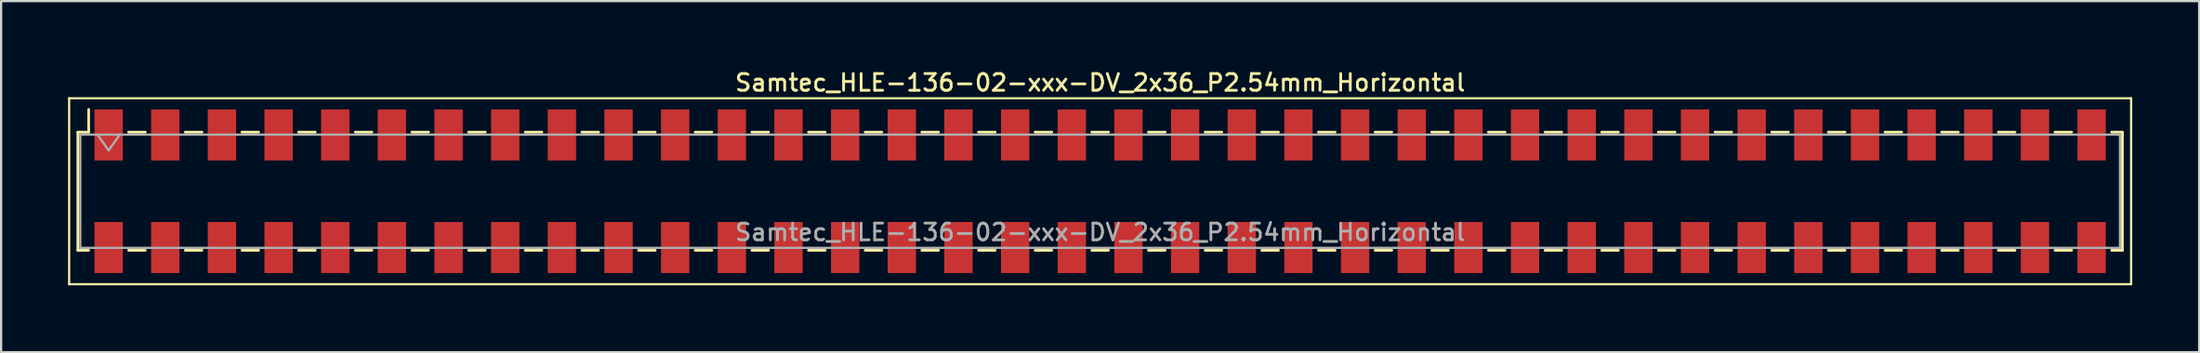
<source format=kicad_pcb>
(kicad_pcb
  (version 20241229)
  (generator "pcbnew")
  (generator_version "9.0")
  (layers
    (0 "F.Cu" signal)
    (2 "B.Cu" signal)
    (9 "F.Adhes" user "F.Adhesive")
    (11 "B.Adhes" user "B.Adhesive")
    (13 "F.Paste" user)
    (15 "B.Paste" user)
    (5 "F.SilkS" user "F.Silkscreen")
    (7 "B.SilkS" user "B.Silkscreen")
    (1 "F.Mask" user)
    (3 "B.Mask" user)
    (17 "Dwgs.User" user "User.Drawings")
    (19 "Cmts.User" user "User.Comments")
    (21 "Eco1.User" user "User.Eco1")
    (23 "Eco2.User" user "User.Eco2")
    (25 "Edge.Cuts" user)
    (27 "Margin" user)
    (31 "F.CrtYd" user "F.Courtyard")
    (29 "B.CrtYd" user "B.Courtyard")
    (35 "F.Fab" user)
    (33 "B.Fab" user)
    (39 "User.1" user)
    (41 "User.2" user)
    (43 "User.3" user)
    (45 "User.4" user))
  (footprint "Samtec_HLE-136-02-xxx-DV_2x36_P2.54mm_Horizontal"
    (layer "F.Cu")
    (at 46.27 5.528)
    (property "Reference" "Samtec_HLE-136-02-xxx-DV_2x36_P2.54mm_Horizontal" (at 0 -4.87 0) (layer "F.SilkS") (effects (font (size 0.75 0.75) (thickness 0.125))))
    (attr smd)
    (fp_line (start -46.22 -4.17) (end 46.22 -4.17) (stroke (width 0.1) (type solid)) (layer "F.SilkS"))
    (fp_line (start -46.22 4.17) (end -46.22 -4.17) (stroke (width 0.1) (type solid)) (layer "F.SilkS"))
    (fp_line (start -45.83 -2.65) (end -45.83 2.65) (stroke (width 0.12) (type solid)) (layer "F.SilkS"))
    (fp_line (start -45.83 2.65) (end -45.345 2.65) (stroke (width 0.12) (type solid)) (layer "F.SilkS"))
    (fp_line (start -45.345 -3.67) (end -45.345 -2.65) (stroke (width 0.12) (type solid)) (layer "F.SilkS"))
    (fp_line (start -45.345 -2.65) (end -45.83 -2.65) (stroke (width 0.12) (type solid)) (layer "F.SilkS"))
    (fp_line (start -43.555 -2.65) (end -42.805 -2.65) (stroke (width 0.12) (type solid)) (layer "F.SilkS"))
    (fp_line (start -43.555 2.65) (end -42.805 2.65) (stroke (width 0.12) (type solid)) (layer "F.SilkS"))
    (fp_line (start -41.015 -2.65) (end -40.265 -2.65) (stroke (width 0.12) (type solid)) (layer "F.SilkS"))
    (fp_line (start -41.015 2.65) (end -40.265 2.65) (stroke (width 0.12) (type solid)) (layer "F.SilkS"))
    (fp_line (start -38.475 -2.65) (end -37.725 -2.65) (stroke (width 0.12) (type solid)) (layer "F.SilkS"))
    (fp_line (start -38.475 2.65) (end -37.725 2.65) (stroke (width 0.12) (type solid)) (layer "F.SilkS"))
    (fp_line (start -35.935 -2.65) (end -35.185 -2.65) (stroke (width 0.12) (type solid)) (layer "F.SilkS"))
    (fp_line (start -35.935 2.65) (end -35.185 2.65) (stroke (width 0.12) (type solid)) (layer "F.SilkS"))
    (fp_line (start -33.395 -2.65) (end -32.645 -2.65) (stroke (width 0.12) (type solid)) (layer "F.SilkS"))
    (fp_line (start -33.395 2.65) (end -32.645 2.65) (stroke (width 0.12) (type solid)) (layer "F.SilkS"))
    (fp_line (start -30.855 -2.65) (end -30.105 -2.65) (stroke (width 0.12) (type solid)) (layer "F.SilkS"))
    (fp_line (start -30.855 2.65) (end -30.105 2.65) (stroke (width 0.12) (type solid)) (layer "F.SilkS"))
    (fp_line (start -28.315 -2.65) (end -27.565 -2.65) (stroke (width 0.12) (type solid)) (layer "F.SilkS"))
    (fp_line (start -28.315 2.65) (end -27.565 2.65) (stroke (width 0.12) (type solid)) (layer "F.SilkS"))
    (fp_line (start -25.775 -2.65) (end -25.025 -2.65) (stroke (width 0.12) (type solid)) (layer "F.SilkS"))
    (fp_line (start -25.775 2.65) (end -25.025 2.65) (stroke (width 0.12) (type solid)) (layer "F.SilkS"))
    (fp_line (start -23.235 -2.65) (end -22.485 -2.65) (stroke (width 0.12) (type solid)) (layer "F.SilkS"))
    (fp_line (start -23.235 2.65) (end -22.485 2.65) (stroke (width 0.12) (type solid)) (layer "F.SilkS"))
    (fp_line (start -20.695 -2.65) (end -19.945 -2.65) (stroke (width 0.12) (type solid)) (layer "F.SilkS"))
    (fp_line (start -20.695 2.65) (end -19.945 2.65) (stroke (width 0.12) (type solid)) (layer "F.SilkS"))
    (fp_line (start -18.155 -2.65) (end -17.405 -2.65) (stroke (width 0.12) (type solid)) (layer "F.SilkS"))
    (fp_line (start -18.155 2.65) (end -17.405 2.65) (stroke (width 0.12) (type solid)) (layer "F.SilkS"))
    (fp_line (start -15.615 -2.65) (end -14.865 -2.65) (stroke (width 0.12) (type solid)) (layer "F.SilkS"))
    (fp_line (start -15.615 2.65) (end -14.865 2.65) (stroke (width 0.12) (type solid)) (layer "F.SilkS"))
    (fp_line (start -13.075 -2.65) (end -12.325 -2.65) (stroke (width 0.12) (type solid)) (layer "F.SilkS"))
    (fp_line (start -13.075 2.65) (end -12.325 2.65) (stroke (width 0.12) (type solid)) (layer "F.SilkS"))
    (fp_line (start -10.535 -2.65) (end -9.785 -2.65) (stroke (width 0.12) (type solid)) (layer "F.SilkS"))
    (fp_line (start -10.535 2.65) (end -9.785 2.65) (stroke (width 0.12) (type solid)) (layer "F.SilkS"))
    (fp_line (start -7.995 -2.65) (end -7.245 -2.65) (stroke (width 0.12) (type solid)) (layer "F.SilkS"))
    (fp_line (start -7.995 2.65) (end -7.245 2.65) (stroke (width 0.12) (type solid)) (layer "F.SilkS"))
    (fp_line (start -5.455 -2.65) (end -4.705 -2.65) (stroke (width 0.12) (type solid)) (layer "F.SilkS"))
    (fp_line (start -5.455 2.65) (end -4.705 2.65) (stroke (width 0.12) (type solid)) (layer "F.SilkS"))
    (fp_line (start -2.915 -2.65) (end -2.165 -2.65) (stroke (width 0.12) (type solid)) (layer "F.SilkS"))
    (fp_line (start -2.915 2.65) (end -2.165 2.65) (stroke (width 0.12) (type solid)) (layer "F.SilkS"))
    (fp_line (start -0.375 -2.65) (end 0.375 -2.65) (stroke (width 0.12) (type solid)) (layer "F.SilkS"))
    (fp_line (start -0.375 2.65) (end 0.375 2.65) (stroke (width 0.12) (type solid)) (layer "F.SilkS"))
    (fp_line (start 2.165 -2.65) (end 2.915 -2.65) (stroke (width 0.12) (type solid)) (layer "F.SilkS"))
    (fp_line (start 2.165 2.65) (end 2.915 2.65) (stroke (width 0.12) (type solid)) (layer "F.SilkS"))
    (fp_line (start 4.705 -2.65) (end 5.455 -2.65) (stroke (width 0.12) (type solid)) (layer "F.SilkS"))
    (fp_line (start 4.705 2.65) (end 5.455 2.65) (stroke (width 0.12) (type solid)) (layer "F.SilkS"))
    (fp_line (start 7.245 -2.65) (end 7.995 -2.65) (stroke (width 0.12) (type solid)) (layer "F.SilkS"))
    (fp_line (start 7.245 2.65) (end 7.995 2.65) (stroke (width 0.12) (type solid)) (layer "F.SilkS"))
    (fp_line (start 9.785 -2.65) (end 10.535 -2.65) (stroke (width 0.12) (type solid)) (layer "F.SilkS"))
    (fp_line (start 9.785 2.65) (end 10.535 2.65) (stroke (width 0.12) (type solid)) (layer "F.SilkS"))
    (fp_line (start 12.325 -2.65) (end 13.075 -2.65) (stroke (width 0.12) (type solid)) (layer "F.SilkS"))
    (fp_line (start 12.325 2.65) (end 13.075 2.65) (stroke (width 0.12) (type solid)) (layer "F.SilkS"))
    (fp_line (start 14.865 -2.65) (end 15.615 -2.65) (stroke (width 0.12) (type solid)) (layer "F.SilkS"))
    (fp_line (start 14.865 2.65) (end 15.615 2.65) (stroke (width 0.12) (type solid)) (layer "F.SilkS"))
    (fp_line (start 17.405 -2.65) (end 18.155 -2.65) (stroke (width 0.12) (type solid)) (layer "F.SilkS"))
    (fp_line (start 17.405 2.65) (end 18.155 2.65) (stroke (width 0.12) (type solid)) (layer "F.SilkS"))
    (fp_line (start 19.945 -2.65) (end 20.695 -2.65) (stroke (width 0.12) (type solid)) (layer "F.SilkS"))
    (fp_line (start 19.945 2.65) (end 20.695 2.65) (stroke (width 0.12) (type solid)) (layer "F.SilkS"))
    (fp_line (start 22.485 -2.65) (end 23.235 -2.65) (stroke (width 0.12) (type solid)) (layer "F.SilkS"))
    (fp_line (start 22.485 2.65) (end 23.235 2.65) (stroke (width 0.12) (type solid)) (layer "F.SilkS"))
    (fp_line (start 25.025 -2.65) (end 25.775 -2.65) (stroke (width 0.12) (type solid)) (layer "F.SilkS"))
    (fp_line (start 25.025 2.65) (end 25.775 2.65) (stroke (width 0.12) (type solid)) (layer "F.SilkS"))
    (fp_line (start 27.565 -2.65) (end 28.315 -2.65) (stroke (width 0.12) (type solid)) (layer "F.SilkS"))
    (fp_line (start 27.565 2.65) (end 28.315 2.65) (stroke (width 0.12) (type solid)) (layer "F.SilkS"))
    (fp_line (start 30.105 -2.65) (end 30.855 -2.65) (stroke (width 0.12) (type solid)) (layer "F.SilkS"))
    (fp_line (start 30.105 2.65) (end 30.855 2.65) (stroke (width 0.12) (type solid)) (layer "F.SilkS"))
    (fp_line (start 32.645 -2.65) (end 33.395 -2.65) (stroke (width 0.12) (type solid)) (layer "F.SilkS"))
    (fp_line (start 32.645 2.65) (end 33.395 2.65) (stroke (width 0.12) (type solid)) (layer "F.SilkS"))
    (fp_line (start 35.185 -2.65) (end 35.935 -2.65) (stroke (width 0.12) (type solid)) (layer "F.SilkS"))
    (fp_line (start 35.185 2.65) (end 35.935 2.65) (stroke (width 0.12) (type solid)) (layer "F.SilkS"))
    (fp_line (start 37.725 -2.65) (end 38.475 -2.65) (stroke (width 0.12) (type solid)) (layer "F.SilkS"))
    (fp_line (start 37.725 2.65) (end 38.475 2.65) (stroke (width 0.12) (type solid)) (layer "F.SilkS"))
    (fp_line (start 40.265 -2.65) (end 41.015 -2.65) (stroke (width 0.12) (type solid)) (layer "F.SilkS"))
    (fp_line (start 40.265 2.65) (end 41.015 2.65) (stroke (width 0.12) (type solid)) (layer "F.SilkS"))
    (fp_line (start 42.805 -2.65) (end 43.555 -2.65) (stroke (width 0.12) (type solid)) (layer "F.SilkS"))
    (fp_line (start 42.805 2.65) (end 43.555 2.65) (stroke (width 0.12) (type solid)) (layer "F.SilkS"))
    (fp_line (start 45.345 -2.65) (end 45.83 -2.65) (stroke (width 0.12) (type solid)) (layer "F.SilkS"))
    (fp_line (start 45.83 -2.65) (end 45.83 2.65) (stroke (width 0.12) (type solid)) (layer "F.SilkS"))
    (fp_line (start 45.83 2.65) (end 45.345 2.65) (stroke (width 0.12) (type solid)) (layer "F.SilkS"))
    (fp_line (start 46.22 -4.17) (end 46.22 4.17) (stroke (width 0.1) (type solid)) (layer "F.SilkS"))
    (fp_line (start 46.22 4.17) (end -46.22 4.17) (stroke (width 0.1) (type solid)) (layer "F.SilkS"))
    (fp_line (start -45.72 -2.54) (end 45.72 -2.54) (stroke (width 0.1) (type solid)) (layer "F.Fab"))
    (fp_line (start -45.72 2.54) (end -45.72 -2.54) (stroke (width 0.1) (type solid)) (layer "F.Fab"))
    (fp_line (start -44.95 -2.54) (end -44.45 -1.833) (stroke (width 0.1) (type solid)) (layer "F.Fab"))
    (fp_line (start -44.45 -1.833) (end -43.95 -2.54) (stroke (width 0.1) (type solid)) (layer "F.Fab"))
    (fp_line (start 45.72 -2.54) (end 45.72 2.54) (stroke (width 0.1) (type solid)) (layer "F.Fab"))
    (fp_line (start 45.72 2.54) (end -45.72 2.54) (stroke (width 0.1) (type solid)) (layer "F.Fab"))
    (fp_text user "${REFERENCE}" (at 0 1.84 0) (layer "F.Fab") (effects (font (size 0.75 0.75) (thickness 0.125))))
    (pad "1" smd rect (at -44.45 -2.525) (size 1.27 2.29) (layers "F.Cu" "F.Mask" "F.Paste"))
    (pad "2" smd rect (at -44.45 2.525) (size 1.27 2.29) (layers "F.Cu" "F.Mask" "F.Paste"))
    (pad "3" smd rect (at -41.91 -2.525) (size 1.27 2.29) (layers "F.Cu" "F.Mask" "F.Paste"))
    (pad "4" smd rect (at -41.91 2.525) (size 1.27 2.29) (layers "F.Cu" "F.Mask" "F.Paste"))
    (pad "5" smd rect (at -39.37 -2.525) (size 1.27 2.29) (layers "F.Cu" "F.Mask" "F.Paste"))
    (pad "6" smd rect (at -39.37 2.525) (size 1.27 2.29) (layers "F.Cu" "F.Mask" "F.Paste"))
    (pad "7" smd rect (at -36.83 -2.525) (size 1.27 2.29) (layers "F.Cu" "F.Mask" "F.Paste"))
    (pad "8" smd rect (at -36.83 2.525) (size 1.27 2.29) (layers "F.Cu" "F.Mask" "F.Paste"))
    (pad "9" smd rect (at -34.29 -2.525) (size 1.27 2.29) (layers "F.Cu" "F.Mask" "F.Paste"))
    (pad "10" smd rect (at -34.29 2.525) (size 1.27 2.29) (layers "F.Cu" "F.Mask" "F.Paste"))
    (pad "11" smd rect (at -31.75 -2.525) (size 1.27 2.29) (layers "F.Cu" "F.Mask" "F.Paste"))
    (pad "12" smd rect (at -31.75 2.525) (size 1.27 2.29) (layers "F.Cu" "F.Mask" "F.Paste"))
    (pad "13" smd rect (at -29.21 -2.525) (size 1.27 2.29) (layers "F.Cu" "F.Mask" "F.Paste"))
    (pad "14" smd rect (at -29.21 2.525) (size 1.27 2.29) (layers "F.Cu" "F.Mask" "F.Paste"))
    (pad "15" smd rect (at -26.67 -2.525) (size 1.27 2.29) (layers "F.Cu" "F.Mask" "F.Paste"))
    (pad "16" smd rect (at -26.67 2.525) (size 1.27 2.29) (layers "F.Cu" "F.Mask" "F.Paste"))
    (pad "17" smd rect (at -24.13 -2.525) (size 1.27 2.29) (layers "F.Cu" "F.Mask" "F.Paste"))
    (pad "18" smd rect (at -24.13 2.525) (size 1.27 2.29) (layers "F.Cu" "F.Mask" "F.Paste"))
    (pad "19" smd rect (at -21.59 -2.525) (size 1.27 2.29) (layers "F.Cu" "F.Mask" "F.Paste"))
    (pad "20" smd rect (at -21.59 2.525) (size 1.27 2.29) (layers "F.Cu" "F.Mask" "F.Paste"))
    (pad "21" smd rect (at -19.05 -2.525) (size 1.27 2.29) (layers "F.Cu" "F.Mask" "F.Paste"))
    (pad "22" smd rect (at -19.05 2.525) (size 1.27 2.29) (layers "F.Cu" "F.Mask" "F.Paste"))
    (pad "23" smd rect (at -16.51 -2.525) (size 1.27 2.29) (layers "F.Cu" "F.Mask" "F.Paste"))
    (pad "24" smd rect (at -16.51 2.525) (size 1.27 2.29) (layers "F.Cu" "F.Mask" "F.Paste"))
    (pad "25" smd rect (at -13.97 -2.525) (size 1.27 2.29) (layers "F.Cu" "F.Mask" "F.Paste"))
    (pad "26" smd rect (at -13.97 2.525) (size 1.27 2.29) (layers "F.Cu" "F.Mask" "F.Paste"))
    (pad "27" smd rect (at -11.43 -2.525) (size 1.27 2.29) (layers "F.Cu" "F.Mask" "F.Paste"))
    (pad "28" smd rect (at -11.43 2.525) (size 1.27 2.29) (layers "F.Cu" "F.Mask" "F.Paste"))
    (pad "29" smd rect (at -8.89 -2.525) (size 1.27 2.29) (layers "F.Cu" "F.Mask" "F.Paste"))
    (pad "30" smd rect (at -8.89 2.525) (size 1.27 2.29) (layers "F.Cu" "F.Mask" "F.Paste"))
    (pad "31" smd rect (at -6.35 -2.525) (size 1.27 2.29) (layers "F.Cu" "F.Mask" "F.Paste"))
    (pad "32" smd rect (at -6.35 2.525) (size 1.27 2.29) (layers "F.Cu" "F.Mask" "F.Paste"))
    (pad "33" smd rect (at -3.81 -2.525) (size 1.27 2.29) (layers "F.Cu" "F.Mask" "F.Paste"))
    (pad "34" smd rect (at -3.81 2.525) (size 1.27 2.29) (layers "F.Cu" "F.Mask" "F.Paste"))
    (pad "35" smd rect (at -1.27 -2.525) (size 1.27 2.29) (layers "F.Cu" "F.Mask" "F.Paste"))
    (pad "36" smd rect (at -1.27 2.525) (size 1.27 2.29) (layers "F.Cu" "F.Mask" "F.Paste"))
    (pad "37" smd rect (at 1.27 -2.525) (size 1.27 2.29) (layers "F.Cu" "F.Mask" "F.Paste"))
    (pad "38" smd rect (at 1.27 2.525) (size 1.27 2.29) (layers "F.Cu" "F.Mask" "F.Paste"))
    (pad "39" smd rect (at 3.81 -2.525) (size 1.27 2.29) (layers "F.Cu" "F.Mask" "F.Paste"))
    (pad "40" smd rect (at 3.81 2.525) (size 1.27 2.29) (layers "F.Cu" "F.Mask" "F.Paste"))
    (pad "41" smd rect (at 6.35 -2.525) (size 1.27 2.29) (layers "F.Cu" "F.Mask" "F.Paste"))
    (pad "42" smd rect (at 6.35 2.525) (size 1.27 2.29) (layers "F.Cu" "F.Mask" "F.Paste"))
    (pad "43" smd rect (at 8.89 -2.525) (size 1.27 2.29) (layers "F.Cu" "F.Mask" "F.Paste"))
    (pad "44" smd rect (at 8.89 2.525) (size 1.27 2.29) (layers "F.Cu" "F.Mask" "F.Paste"))
    (pad "45" smd rect (at 11.43 -2.525) (size 1.27 2.29) (layers "F.Cu" "F.Mask" "F.Paste"))
    (pad "46" smd rect (at 11.43 2.525) (size 1.27 2.29) (layers "F.Cu" "F.Mask" "F.Paste"))
    (pad "47" smd rect (at 13.97 -2.525) (size 1.27 2.29) (layers "F.Cu" "F.Mask" "F.Paste"))
    (pad "48" smd rect (at 13.97 2.525) (size 1.27 2.29) (layers "F.Cu" "F.Mask" "F.Paste"))
    (pad "49" smd rect (at 16.51 -2.525) (size 1.27 2.29) (layers "F.Cu" "F.Mask" "F.Paste"))
    (pad "50" smd rect (at 16.51 2.525) (size 1.27 2.29) (layers "F.Cu" "F.Mask" "F.Paste"))
    (pad "51" smd rect (at 19.05 -2.525) (size 1.27 2.29) (layers "F.Cu" "F.Mask" "F.Paste"))
    (pad "52" smd rect (at 19.05 2.525) (size 1.27 2.29) (layers "F.Cu" "F.Mask" "F.Paste"))
    (pad "53" smd rect (at 21.59 -2.525) (size 1.27 2.29) (layers "F.Cu" "F.Mask" "F.Paste"))
    (pad "54" smd rect (at 21.59 2.525) (size 1.27 2.29) (layers "F.Cu" "F.Mask" "F.Paste"))
    (pad "55" smd rect (at 24.13 -2.525) (size 1.27 2.29) (layers "F.Cu" "F.Mask" "F.Paste"))
    (pad "56" smd rect (at 24.13 2.525) (size 1.27 2.29) (layers "F.Cu" "F.Mask" "F.Paste"))
    (pad "57" smd rect (at 26.67 -2.525) (size 1.27 2.29) (layers "F.Cu" "F.Mask" "F.Paste"))
    (pad "58" smd rect (at 26.67 2.525) (size 1.27 2.29) (layers "F.Cu" "F.Mask" "F.Paste"))
    (pad "59" smd rect (at 29.21 -2.525) (size 1.27 2.29) (layers "F.Cu" "F.Mask" "F.Paste"))
    (pad "60" smd rect (at 29.21 2.525) (size 1.27 2.29) (layers "F.Cu" "F.Mask" "F.Paste"))
    (pad "61" smd rect (at 31.75 -2.525) (size 1.27 2.29) (layers "F.Cu" "F.Mask" "F.Paste"))
    (pad "62" smd rect (at 31.75 2.525) (size 1.27 2.29) (layers "F.Cu" "F.Mask" "F.Paste"))
    (pad "63" smd rect (at 34.29 -2.525) (size 1.27 2.29) (layers "F.Cu" "F.Mask" "F.Paste"))
    (pad "64" smd rect (at 34.29 2.525) (size 1.27 2.29) (layers "F.Cu" "F.Mask" "F.Paste"))
    (pad "65" smd rect (at 36.83 -2.525) (size 1.27 2.29) (layers "F.Cu" "F.Mask" "F.Paste"))
    (pad "66" smd rect (at 36.83 2.525) (size 1.27 2.29) (layers "F.Cu" "F.Mask" "F.Paste"))
    (pad "67" smd rect (at 39.37 -2.525) (size 1.27 2.29) (layers "F.Cu" "F.Mask" "F.Paste"))
    (pad "68" smd rect (at 39.37 2.525) (size 1.27 2.29) (layers "F.Cu" "F.Mask" "F.Paste"))
    (pad "69" smd rect (at 41.91 -2.525) (size 1.27 2.29) (layers "F.Cu" "F.Mask" "F.Paste"))
    (pad "70" smd rect (at 41.91 2.525) (size 1.27 2.29) (layers "F.Cu" "F.Mask" "F.Paste"))
    (pad "71" smd rect (at 44.45 -2.525) (size 1.27 2.29) (layers "F.Cu" "F.Mask" "F.Paste"))
    (pad "72" smd rect (at 44.45 2.525) (size 1.27 2.29) (layers "F.Cu" "F.Mask" "F.Paste")))
  (gr_rect
    (start -3 -3)
    (end 95.54 12.748)
    (stroke (width 0.1) (type default))
    (fill no)
    (layer "Edge.Cuts")))
</source>
